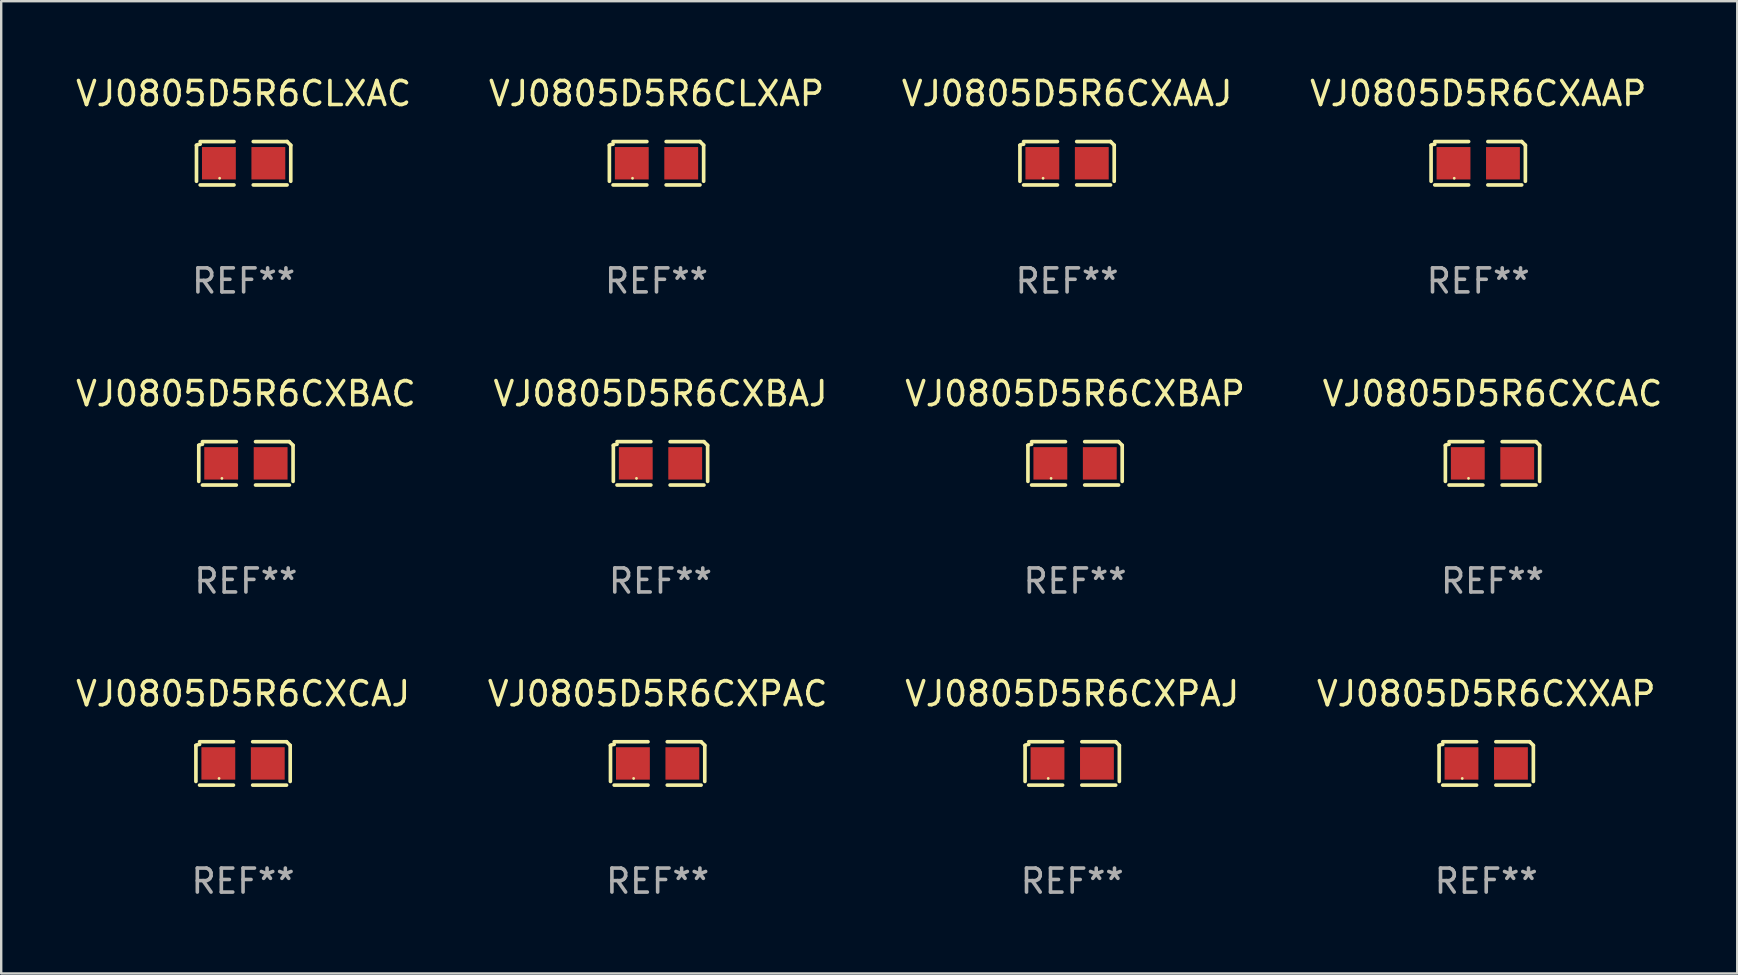
<source format=kicad_pcb>
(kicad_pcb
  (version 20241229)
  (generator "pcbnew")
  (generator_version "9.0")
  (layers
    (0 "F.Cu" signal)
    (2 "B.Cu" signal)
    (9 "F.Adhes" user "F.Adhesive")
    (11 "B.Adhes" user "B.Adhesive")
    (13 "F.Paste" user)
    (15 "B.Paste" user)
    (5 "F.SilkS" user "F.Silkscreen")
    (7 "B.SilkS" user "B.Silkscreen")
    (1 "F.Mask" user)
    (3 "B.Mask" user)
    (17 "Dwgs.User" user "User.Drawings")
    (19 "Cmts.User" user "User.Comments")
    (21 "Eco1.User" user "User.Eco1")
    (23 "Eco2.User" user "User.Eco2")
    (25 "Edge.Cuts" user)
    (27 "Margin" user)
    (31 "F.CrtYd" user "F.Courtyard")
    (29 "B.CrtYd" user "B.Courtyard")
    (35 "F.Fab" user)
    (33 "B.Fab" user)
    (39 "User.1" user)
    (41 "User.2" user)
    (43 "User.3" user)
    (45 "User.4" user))
  (footprint "VJ0805D5R6CXBAJ"
    (layer "F.Cu")
    (at 24.47 16.256)
    (property "Reference" "VJ0805D5R6CXBAJ" (at 0 -2.904 0) (layer "F.SilkS") (effects (font (size 1 1) (thickness 0.15))))
    (attr through_hole)
    (fp_line (start -1.964 0.751) (end -1.964 -0.751) (stroke (width 0.152) (type solid)) (layer "F.SilkS"))
    (fp_line (start -1.811 -0.904) (end -0.401 -0.904) (stroke (width 0.152) (type solid)) (layer "F.SilkS"))
    (fp_line (start -0.401 0.904) (end -1.811 0.904) (stroke (width 0.152) (type solid)) (layer "F.SilkS"))
    (fp_line (start 0.401 0.904) (end 1.811 0.904) (stroke (width 0.152) (type solid)) (layer "F.SilkS"))
    (fp_line (start 1.811 -0.904) (end 0.401 -0.904) (stroke (width 0.152) (type solid)) (layer "F.SilkS"))
    (fp_line (start 1.964 0.751) (end 1.964 -0.751) (stroke (width 0.152) (type solid)) (layer "F.SilkS"))
    (fp_arc (start -1.963602 -0.751207) (mid -1.890354 -0.783131) (end -1.811201 -0.794044) (stroke (width 0.1524) (type solid)) (layer "F.SilkS"))
    (fp_arc (start 1.811202 -0.903607) (mid 1.887413 -0.827418) (end 1.963602 -0.751207) (stroke (width 0.1524) (type solid)) (layer "F.SilkS"))
    (fp_circle (center -1 0.625) (end -0.97 0.625) (stroke (width 0.06) (type solid)) (fill no) (layer "F.SilkS"))
    (fp_text user "REF**" (at 0 4.904 0) (layer "F.Fab") (effects (font (size 1 1) (thickness 0.15))))
    (pad "1" smd rect (at -1.03 0) (size 1.41 1.35) (layers "F.Cu" "F.Mask" "F.Paste"))
    (pad "2" smd rect (at 1.03 0) (size 1.41 1.35) (layers "F.Cu" "F.Mask" "F.Paste")))
  (footprint "VJ0805D5R6CXBAP"
    (layer "F.Cu")
    (at 41.744 16.256)
    (property "Reference" "VJ0805D5R6CXBAP" (at 0 -2.904 0) (layer "F.SilkS") (effects (font (size 1 1) (thickness 0.15))))
    (attr through_hole)
    (fp_line (start -1.964 0.751) (end -1.964 -0.751) (stroke (width 0.152) (type solid)) (layer "F.SilkS"))
    (fp_line (start -1.811 -0.904) (end -0.401 -0.904) (stroke (width 0.152) (type solid)) (layer "F.SilkS"))
    (fp_line (start -0.401 0.904) (end -1.811 0.904) (stroke (width 0.152) (type solid)) (layer "F.SilkS"))
    (fp_line (start 0.401 0.904) (end 1.811 0.904) (stroke (width 0.152) (type solid)) (layer "F.SilkS"))
    (fp_line (start 1.811 -0.904) (end 0.401 -0.904) (stroke (width 0.152) (type solid)) (layer "F.SilkS"))
    (fp_line (start 1.964 0.751) (end 1.964 -0.751) (stroke (width 0.152) (type solid)) (layer "F.SilkS"))
    (fp_arc (start -1.963602 -0.751207) (mid -1.890354 -0.783131) (end -1.811201 -0.794044) (stroke (width 0.1524) (type solid)) (layer "F.SilkS"))
    (fp_arc (start 1.811202 -0.903607) (mid 1.887413 -0.827418) (end 1.963602 -0.751207) (stroke (width 0.1524) (type solid)) (layer "F.SilkS"))
    (fp_circle (center -1 0.625) (end -0.97 0.625) (stroke (width 0.06) (type solid)) (fill no) (layer "F.SilkS"))
    (fp_text user "REF**" (at 0 4.904 0) (layer "F.Fab") (effects (font (size 1 1) (thickness 0.15))))
    (pad "1" smd rect (at -1.03 0) (size 1.41 1.35) (layers "F.Cu" "F.Mask" "F.Paste"))
    (pad "2" smd rect (at 1.03 0) (size 1.41 1.35) (layers "F.Cu" "F.Mask" "F.Paste")))
  (footprint "VJ0805D5R6CLXAP"
    (layer "F.Cu")
    (at 24.304 3.752)
    (property "Reference" "VJ0805D5R6CLXAP" (at 0 -2.904 0) (layer "F.SilkS") (effects (font (size 1 1) (thickness 0.15))))
    (attr through_hole)
    (fp_line (start -1.964 0.751) (end -1.964 -0.751) (stroke (width 0.152) (type solid)) (layer "F.SilkS"))
    (fp_line (start -1.811 -0.904) (end -0.401 -0.904) (stroke (width 0.152) (type solid)) (layer "F.SilkS"))
    (fp_line (start -0.401 0.904) (end -1.811 0.904) (stroke (width 0.152) (type solid)) (layer "F.SilkS"))
    (fp_line (start 0.401 0.904) (end 1.811 0.904) (stroke (width 0.152) (type solid)) (layer "F.SilkS"))
    (fp_line (start 1.811 -0.904) (end 0.401 -0.904) (stroke (width 0.152) (type solid)) (layer "F.SilkS"))
    (fp_line (start 1.964 0.751) (end 1.964 -0.751) (stroke (width 0.152) (type solid)) (layer "F.SilkS"))
    (fp_arc (start -1.963602 -0.751207) (mid -1.890354 -0.783131) (end -1.811201 -0.794044) (stroke (width 0.1524) (type solid)) (layer "F.SilkS"))
    (fp_arc (start 1.811202 -0.903607) (mid 1.887413 -0.827418) (end 1.963602 -0.751207) (stroke (width 0.1524) (type solid)) (layer "F.SilkS"))
    (fp_circle (center -1 0.625) (end -0.97 0.625) (stroke (width 0.06) (type solid)) (fill no) (layer "F.SilkS"))
    (fp_text user "REF**" (at 0 4.904 0) (layer "F.Fab") (effects (font (size 1 1) (thickness 0.15))))
    (pad "1" smd rect (at -1.03 0) (size 1.41 1.35) (layers "F.Cu" "F.Mask" "F.Paste"))
    (pad "2" smd rect (at 1.03 0) (size 1.41 1.35) (layers "F.Cu" "F.Mask" "F.Paste")))
  (footprint "VJ0805D5R6CXPAJ"
    (layer "F.Cu")
    (at 41.625 28.759)
    (property "Reference" "VJ0805D5R6CXPAJ" (at 0 -2.904 0) (layer "F.SilkS") (effects (font (size 1 1) (thickness 0.15))))
    (attr through_hole)
    (fp_line (start -1.964 0.751) (end -1.964 -0.751) (stroke (width 0.152) (type solid)) (layer "F.SilkS"))
    (fp_line (start -1.811 -0.904) (end -0.401 -0.904) (stroke (width 0.152) (type solid)) (layer "F.SilkS"))
    (fp_line (start -0.401 0.904) (end -1.811 0.904) (stroke (width 0.152) (type solid)) (layer "F.SilkS"))
    (fp_line (start 0.401 0.904) (end 1.811 0.904) (stroke (width 0.152) (type solid)) (layer "F.SilkS"))
    (fp_line (start 1.811 -0.904) (end 0.401 -0.904) (stroke (width 0.152) (type solid)) (layer "F.SilkS"))
    (fp_line (start 1.964 0.751) (end 1.964 -0.751) (stroke (width 0.152) (type solid)) (layer "F.SilkS"))
    (fp_arc (start -1.963602 -0.751207) (mid -1.890354 -0.783131) (end -1.811201 -0.794044) (stroke (width 0.1524) (type solid)) (layer "F.SilkS"))
    (fp_arc (start 1.811202 -0.903607) (mid 1.887413 -0.827418) (end 1.963602 -0.751207) (stroke (width 0.1524) (type solid)) (layer "F.SilkS"))
    (fp_circle (center -1 0.625) (end -0.97 0.625) (stroke (width 0.06) (type solid)) (fill no) (layer "F.SilkS"))
    (fp_text user "REF**" (at 0 4.904 0) (layer "F.Fab") (effects (font (size 1 1) (thickness 0.15))))
    (pad "1" smd rect (at -1.03 0) (size 1.41 1.35) (layers "F.Cu" "F.Mask" "F.Paste"))
    (pad "2" smd rect (at 1.03 0) (size 1.41 1.35) (layers "F.Cu" "F.Mask" "F.Paste")))
  (footprint "VJ0805D5R6CXAAP"
    (layer "F.Cu")
    (at 58.542 3.752)
    (property "Reference" "VJ0805D5R6CXAAP" (at 0 -2.904 0) (layer "F.SilkS") (effects (font (size 1 1) (thickness 0.15))))
    (attr through_hole)
    (fp_line (start -1.964 0.751) (end -1.964 -0.751) (stroke (width 0.152) (type solid)) (layer "F.SilkS"))
    (fp_line (start -1.811 -0.904) (end -0.401 -0.904) (stroke (width 0.152) (type solid)) (layer "F.SilkS"))
    (fp_line (start -0.401 0.904) (end -1.811 0.904) (stroke (width 0.152) (type solid)) (layer "F.SilkS"))
    (fp_line (start 0.401 0.904) (end 1.811 0.904) (stroke (width 0.152) (type solid)) (layer "F.SilkS"))
    (fp_line (start 1.811 -0.904) (end 0.401 -0.904) (stroke (width 0.152) (type solid)) (layer "F.SilkS"))
    (fp_line (start 1.964 0.751) (end 1.964 -0.751) (stroke (width 0.152) (type solid)) (layer "F.SilkS"))
    (fp_arc (start -1.963602 -0.751207) (mid -1.890354 -0.783131) (end -1.811201 -0.794044) (stroke (width 0.1524) (type solid)) (layer "F.SilkS"))
    (fp_arc (start 1.811202 -0.903607) (mid 1.887413 -0.827418) (end 1.963602 -0.751207) (stroke (width 0.1524) (type solid)) (layer "F.SilkS"))
    (fp_circle (center -1 0.625) (end -0.97 0.625) (stroke (width 0.06) (type solid)) (fill no) (layer "F.SilkS"))
    (fp_text user "REF**" (at 0 4.904 0) (layer "F.Fab") (effects (font (size 1 1) (thickness 0.15))))
    (pad "1" smd rect (at -1.03 0) (size 1.41 1.35) (layers "F.Cu" "F.Mask" "F.Paste"))
    (pad "2" smd rect (at 1.03 0) (size 1.41 1.35) (layers "F.Cu" "F.Mask" "F.Paste")))
  (footprint "VJ0805D5R6CXAAJ"
    (layer "F.Cu")
    (at 41.411 3.752)
    (property "Reference" "VJ0805D5R6CXAAJ" (at 0 -2.904 0) (layer "F.SilkS") (effects (font (size 1 1) (thickness 0.15))))
    (attr through_hole)
    (fp_line (start -1.964 0.751) (end -1.964 -0.751) (stroke (width 0.152) (type solid)) (layer "F.SilkS"))
    (fp_line (start -1.811 -0.904) (end -0.401 -0.904) (stroke (width 0.152) (type solid)) (layer "F.SilkS"))
    (fp_line (start -0.401 0.904) (end -1.811 0.904) (stroke (width 0.152) (type solid)) (layer "F.SilkS"))
    (fp_line (start 0.401 0.904) (end 1.811 0.904) (stroke (width 0.152) (type solid)) (layer "F.SilkS"))
    (fp_line (start 1.811 -0.904) (end 0.401 -0.904) (stroke (width 0.152) (type solid)) (layer "F.SilkS"))
    (fp_line (start 1.964 0.751) (end 1.964 -0.751) (stroke (width 0.152) (type solid)) (layer "F.SilkS"))
    (fp_arc (start -1.963602 -0.751207) (mid -1.890354 -0.783131) (end -1.811201 -0.794044) (stroke (width 0.1524) (type solid)) (layer "F.SilkS"))
    (fp_arc (start 1.811202 -0.903607) (mid 1.887413 -0.827418) (end 1.963602 -0.751207) (stroke (width 0.1524) (type solid)) (layer "F.SilkS"))
    (fp_circle (center -1 0.625) (end -0.97 0.625) (stroke (width 0.06) (type solid)) (fill no) (layer "F.SilkS"))
    (fp_text user "REF**" (at 0 4.904 0) (layer "F.Fab") (effects (font (size 1 1) (thickness 0.15))))
    (pad "1" smd rect (at -1.03 0) (size 1.41 1.35) (layers "F.Cu" "F.Mask" "F.Paste"))
    (pad "2" smd rect (at 1.03 0) (size 1.41 1.35) (layers "F.Cu" "F.Mask" "F.Paste")))
  (footprint "VJ0805D5R6CXBAC"
    (layer "F.Cu")
    (at 7.196 16.256)
    (property "Reference" "VJ0805D5R6CXBAC" (at 0 -2.904 0) (layer "F.SilkS") (effects (font (size 1 1) (thickness 0.15))))
    (attr through_hole)
    (fp_line (start -1.964 0.751) (end -1.964 -0.751) (stroke (width 0.152) (type solid)) (layer "F.SilkS"))
    (fp_line (start -1.811 -0.904) (end -0.401 -0.904) (stroke (width 0.152) (type solid)) (layer "F.SilkS"))
    (fp_line (start -0.401 0.904) (end -1.811 0.904) (stroke (width 0.152) (type solid)) (layer "F.SilkS"))
    (fp_line (start 0.401 0.904) (end 1.811 0.904) (stroke (width 0.152) (type solid)) (layer "F.SilkS"))
    (fp_line (start 1.811 -0.904) (end 0.401 -0.904) (stroke (width 0.152) (type solid)) (layer "F.SilkS"))
    (fp_line (start 1.964 0.751) (end 1.964 -0.751) (stroke (width 0.152) (type solid)) (layer "F.SilkS"))
    (fp_arc (start -1.963602 -0.751207) (mid -1.890354 -0.783131) (end -1.811201 -0.794044) (stroke (width 0.1524) (type solid)) (layer "F.SilkS"))
    (fp_arc (start 1.811202 -0.903607) (mid 1.887413 -0.827418) (end 1.963602 -0.751207) (stroke (width 0.1524) (type solid)) (layer "F.SilkS"))
    (fp_circle (center -1 0.625) (end -0.97 0.625) (stroke (width 0.06) (type solid)) (fill no) (layer "F.SilkS"))
    (fp_text user "REF**" (at 0 4.904 0) (layer "F.Fab") (effects (font (size 1 1) (thickness 0.15))))
    (pad "1" smd rect (at -1.03 0) (size 1.41 1.35) (layers "F.Cu" "F.Mask" "F.Paste"))
    (pad "2" smd rect (at 1.03 0) (size 1.41 1.35) (layers "F.Cu" "F.Mask" "F.Paste")))
  (footprint "VJ0805D5R6CXXAP"
    (layer "F.Cu")
    (at 58.875 28.759)
    (property "Reference" "VJ0805D5R6CXXAP" (at 0 -2.904 0) (layer "F.SilkS") (effects (font (size 1 1) (thickness 0.15))))
    (attr through_hole)
    (fp_line (start -1.964 0.751) (end -1.964 -0.751) (stroke (width 0.152) (type solid)) (layer "F.SilkS"))
    (fp_line (start -1.811 -0.904) (end -0.401 -0.904) (stroke (width 0.152) (type solid)) (layer "F.SilkS"))
    (fp_line (start -0.401 0.904) (end -1.811 0.904) (stroke (width 0.152) (type solid)) (layer "F.SilkS"))
    (fp_line (start 0.401 0.904) (end 1.811 0.904) (stroke (width 0.152) (type solid)) (layer "F.SilkS"))
    (fp_line (start 1.811 -0.904) (end 0.401 -0.904) (stroke (width 0.152) (type solid)) (layer "F.SilkS"))
    (fp_line (start 1.964 0.751) (end 1.964 -0.751) (stroke (width 0.152) (type solid)) (layer "F.SilkS"))
    (fp_arc (start -1.963602 -0.751207) (mid -1.890354 -0.783131) (end -1.811201 -0.794044) (stroke (width 0.1524) (type solid)) (layer "F.SilkS"))
    (fp_arc (start 1.811202 -0.903607) (mid 1.887413 -0.827418) (end 1.963602 -0.751207) (stroke (width 0.1524) (type solid)) (layer "F.SilkS"))
    (fp_circle (center -1 0.625) (end -0.97 0.625) (stroke (width 0.06) (type solid)) (fill no) (layer "F.SilkS"))
    (fp_text user "REF**" (at 0 4.904 0) (layer "F.Fab") (effects (font (size 1 1) (thickness 0.15))))
    (pad "1" smd rect (at -1.03 0) (size 1.41 1.35) (layers "F.Cu" "F.Mask" "F.Paste"))
    (pad "2" smd rect (at 1.03 0) (size 1.41 1.35) (layers "F.Cu" "F.Mask" "F.Paste")))
  (footprint "VJ0805D5R6CXCAJ"
    (layer "F.Cu")
    (at 7.077 28.759)
    (property "Reference" "VJ0805D5R6CXCAJ" (at 0 -2.904 0) (layer "F.SilkS") (effects (font (size 1 1) (thickness 0.15))))
    (attr through_hole)
    (fp_line (start -1.964 0.751) (end -1.964 -0.751) (stroke (width 0.152) (type solid)) (layer "F.SilkS"))
    (fp_line (start -1.811 -0.904) (end -0.401 -0.904) (stroke (width 0.152) (type solid)) (layer "F.SilkS"))
    (fp_line (start -0.401 0.904) (end -1.811 0.904) (stroke (width 0.152) (type solid)) (layer "F.SilkS"))
    (fp_line (start 0.401 0.904) (end 1.811 0.904) (stroke (width 0.152) (type solid)) (layer "F.SilkS"))
    (fp_line (start 1.811 -0.904) (end 0.401 -0.904) (stroke (width 0.152) (type solid)) (layer "F.SilkS"))
    (fp_line (start 1.964 0.751) (end 1.964 -0.751) (stroke (width 0.152) (type solid)) (layer "F.SilkS"))
    (fp_arc (start -1.963602 -0.751207) (mid -1.890354 -0.783131) (end -1.811201 -0.794044) (stroke (width 0.1524) (type solid)) (layer "F.SilkS"))
    (fp_arc (start 1.811202 -0.903607) (mid 1.887413 -0.827418) (end 1.963602 -0.751207) (stroke (width 0.1524) (type solid)) (layer "F.SilkS"))
    (fp_circle (center -1 0.625) (end -0.97 0.625) (stroke (width 0.06) (type solid)) (fill no) (layer "F.SilkS"))
    (fp_text user "REF**" (at 0 4.904 0) (layer "F.Fab") (effects (font (size 1 1) (thickness 0.15))))
    (pad "1" smd rect (at -1.03 0) (size 1.41 1.35) (layers "F.Cu" "F.Mask" "F.Paste"))
    (pad "2" smd rect (at 1.03 0) (size 1.41 1.35) (layers "F.Cu" "F.Mask" "F.Paste")))
  (footprint "VJ0805D5R6CLXAC"
    (layer "F.Cu")
    (at 7.101 3.752)
    (property "Reference" "VJ0805D5R6CLXAC" (at 0 -2.904 0) (layer "F.SilkS") (effects (font (size 1 1) (thickness 0.15))))
    (attr through_hole)
    (fp_line (start -1.964 0.751) (end -1.964 -0.751) (stroke (width 0.152) (type solid)) (layer "F.SilkS"))
    (fp_line (start -1.811 -0.904) (end -0.401 -0.904) (stroke (width 0.152) (type solid)) (layer "F.SilkS"))
    (fp_line (start -0.401 0.904) (end -1.811 0.904) (stroke (width 0.152) (type solid)) (layer "F.SilkS"))
    (fp_line (start 0.401 0.904) (end 1.811 0.904) (stroke (width 0.152) (type solid)) (layer "F.SilkS"))
    (fp_line (start 1.811 -0.904) (end 0.401 -0.904) (stroke (width 0.152) (type solid)) (layer "F.SilkS"))
    (fp_line (start 1.964 0.751) (end 1.964 -0.751) (stroke (width 0.152) (type solid)) (layer "F.SilkS"))
    (fp_arc (start -1.963602 -0.751207) (mid -1.890354 -0.783131) (end -1.811201 -0.794044) (stroke (width 0.1524) (type solid)) (layer "F.SilkS"))
    (fp_arc (start 1.811202 -0.903607) (mid 1.887413 -0.827418) (end 1.963602 -0.751207) (stroke (width 0.1524) (type solid)) (layer "F.SilkS"))
    (fp_circle (center -1 0.625) (end -0.97 0.625) (stroke (width 0.06) (type solid)) (fill no) (layer "F.SilkS"))
    (fp_text user "REF**" (at 0 4.904 0) (layer "F.Fab") (effects (font (size 1 1) (thickness 0.15))))
    (pad "1" smd rect (at -1.03 0) (size 1.41 1.35) (layers "F.Cu" "F.Mask" "F.Paste"))
    (pad "2" smd rect (at 1.03 0) (size 1.41 1.35) (layers "F.Cu" "F.Mask" "F.Paste")))
  (footprint "VJ0805D5R6CXPAC"
    (layer "F.Cu")
    (at 24.351 28.759)
    (property "Reference" "VJ0805D5R6CXPAC" (at 0 -2.904 0) (layer "F.SilkS") (effects (font (size 1 1) (thickness 0.15))))
    (attr through_hole)
    (fp_line (start -1.964 0.751) (end -1.964 -0.751) (stroke (width 0.152) (type solid)) (layer "F.SilkS"))
    (fp_line (start -1.811 -0.904) (end -0.401 -0.904) (stroke (width 0.152) (type solid)) (layer "F.SilkS"))
    (fp_line (start -0.401 0.904) (end -1.811 0.904) (stroke (width 0.152) (type solid)) (layer "F.SilkS"))
    (fp_line (start 0.401 0.904) (end 1.811 0.904) (stroke (width 0.152) (type solid)) (layer "F.SilkS"))
    (fp_line (start 1.811 -0.904) (end 0.401 -0.904) (stroke (width 0.152) (type solid)) (layer "F.SilkS"))
    (fp_line (start 1.964 0.751) (end 1.964 -0.751) (stroke (width 0.152) (type solid)) (layer "F.SilkS"))
    (fp_arc (start -1.963602 -0.751207) (mid -1.890354 -0.783131) (end -1.811201 -0.794044) (stroke (width 0.1524) (type solid)) (layer "F.SilkS"))
    (fp_arc (start 1.811202 -0.903607) (mid 1.887413 -0.827418) (end 1.963602 -0.751207) (stroke (width 0.1524) (type solid)) (layer "F.SilkS"))
    (fp_circle (center -1 0.625) (end -0.97 0.625) (stroke (width 0.06) (type solid)) (fill no) (layer "F.SilkS"))
    (fp_text user "REF**" (at 0 4.904 0) (layer "F.Fab") (effects (font (size 1 1) (thickness 0.15))))
    (pad "1" smd rect (at -1.03 0) (size 1.41 1.35) (layers "F.Cu" "F.Mask" "F.Paste"))
    (pad "2" smd rect (at 1.03 0) (size 1.41 1.35) (layers "F.Cu" "F.Mask" "F.Paste")))
  (footprint "VJ0805D5R6CXCAC"
    (layer "F.Cu")
    (at 59.137 16.256)
    (property "Reference" "VJ0805D5R6CXCAC" (at 0 -2.904 0) (layer "F.SilkS") (effects (font (size 1 1) (thickness 0.15))))
    (attr through_hole)
    (fp_line (start -1.964 0.751) (end -1.964 -0.751) (stroke (width 0.152) (type solid)) (layer "F.SilkS"))
    (fp_line (start -1.811 -0.904) (end -0.401 -0.904) (stroke (width 0.152) (type solid)) (layer "F.SilkS"))
    (fp_line (start -0.401 0.904) (end -1.811 0.904) (stroke (width 0.152) (type solid)) (layer "F.SilkS"))
    (fp_line (start 0.401 0.904) (end 1.811 0.904) (stroke (width 0.152) (type solid)) (layer "F.SilkS"))
    (fp_line (start 1.811 -0.904) (end 0.401 -0.904) (stroke (width 0.152) (type solid)) (layer "F.SilkS"))
    (fp_line (start 1.964 0.751) (end 1.964 -0.751) (stroke (width 0.152) (type solid)) (layer "F.SilkS"))
    (fp_arc (start -1.963602 -0.751207) (mid -1.890354 -0.783131) (end -1.811201 -0.794044) (stroke (width 0.1524) (type solid)) (layer "F.SilkS"))
    (fp_arc (start 1.811202 -0.903607) (mid 1.887413 -0.827418) (end 1.963602 -0.751207) (stroke (width 0.1524) (type solid)) (layer "F.SilkS"))
    (fp_circle (center -1 0.625) (end -0.97 0.625) (stroke (width 0.06) (type solid)) (fill no) (layer "F.SilkS"))
    (fp_text user "REF**" (at 0 4.904 0) (layer "F.Fab") (effects (font (size 1 1) (thickness 0.15))))
    (pad "1" smd rect (at -1.03 0) (size 1.41 1.35) (layers "F.Cu" "F.Mask" "F.Paste"))
    (pad "2" smd rect (at 1.03 0) (size 1.41 1.35) (layers "F.Cu" "F.Mask" "F.Paste")))
  (gr_rect
    (start -3 -3)
    (end 69.333 37.511)
    (stroke (width 0.1) (type default))
    (fill no)
    (layer "Edge.Cuts")))
</source>
